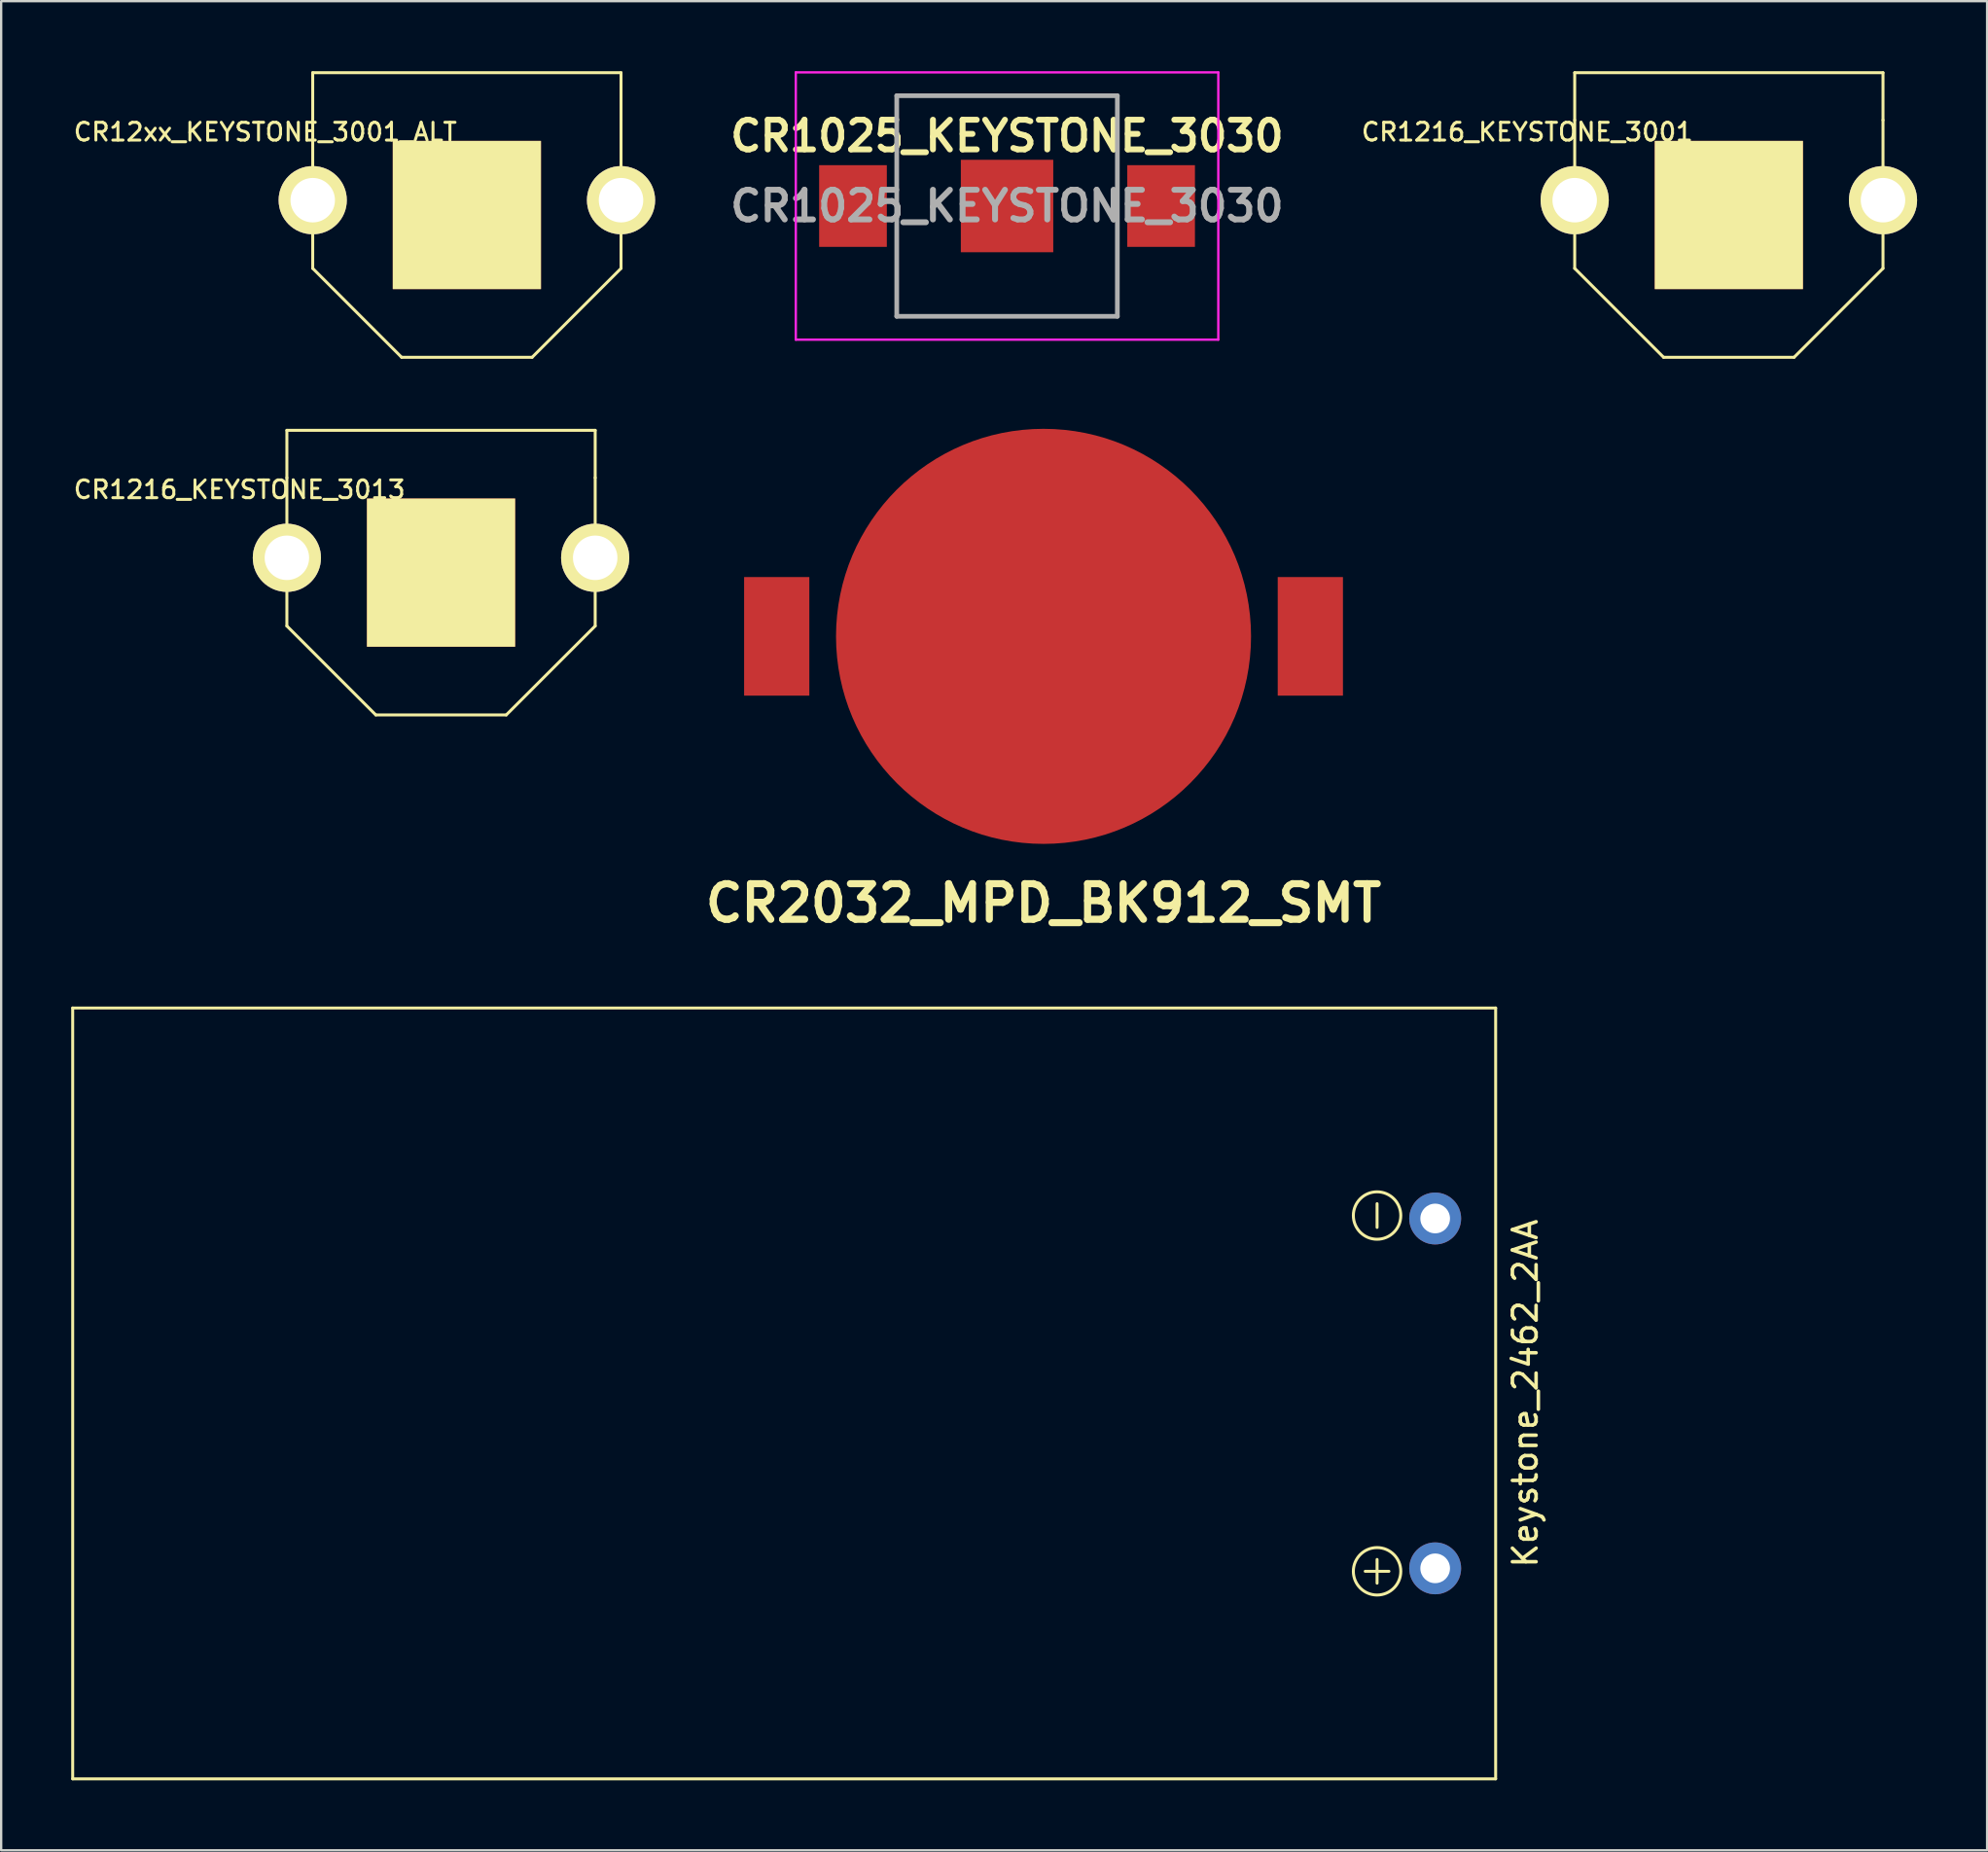
<source format=kicad_pcb>
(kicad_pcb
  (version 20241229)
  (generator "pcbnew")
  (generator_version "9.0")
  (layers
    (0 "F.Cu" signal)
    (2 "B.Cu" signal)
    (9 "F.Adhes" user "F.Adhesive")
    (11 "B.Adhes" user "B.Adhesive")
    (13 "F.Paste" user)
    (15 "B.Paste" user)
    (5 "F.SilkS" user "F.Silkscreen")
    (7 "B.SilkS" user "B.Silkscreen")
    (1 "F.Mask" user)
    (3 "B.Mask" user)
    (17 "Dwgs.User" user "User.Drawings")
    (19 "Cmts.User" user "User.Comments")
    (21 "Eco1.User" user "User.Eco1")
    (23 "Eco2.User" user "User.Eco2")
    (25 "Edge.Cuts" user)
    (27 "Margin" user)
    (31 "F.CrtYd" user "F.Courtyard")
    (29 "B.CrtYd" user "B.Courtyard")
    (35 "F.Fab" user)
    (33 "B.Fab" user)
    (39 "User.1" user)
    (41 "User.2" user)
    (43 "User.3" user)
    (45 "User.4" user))
  (footprint "CR1025_KEYSTONE_3030"
    (layer "F.Cu")
    (at 40.092 5.775)
    (property "Reference" "CR1025_KEYSTONE_3030" (at 0 -3 0) (layer "F.SilkS") (effects (font (size 1.27 1.27) (thickness 0.254))))
    (attr smd)
    (fp_line (start -4.725 -4.725) (end 4.725 -4.725) (stroke (width 0.1) (type solid)) (layer "F.SilkS"))
    (fp_line (start -4.725 4.725) (end -4.725 -4.725) (stroke (width 0.1) (type solid)) (layer "F.SilkS"))
    (fp_line (start 4.725 -4.725) (end 4.725 4.725) (stroke (width 0.1) (type solid)) (layer "F.SilkS"))
    (fp_line (start 4.725 4.725) (end -4.725 4.725) (stroke (width 0.1) (type solid)) (layer "F.SilkS"))
    (fp_line (start -9.05 -5.725) (end 9.05 -5.725) (stroke (width 0.1) (type solid)) (layer "F.CrtYd"))
    (fp_line (start -9.05 5.725) (end -9.05 -5.725) (stroke (width 0.1) (type solid)) (layer "F.CrtYd"))
    (fp_line (start 9.05 -5.725) (end 9.05 5.725) (stroke (width 0.1) (type solid)) (layer "F.CrtYd"))
    (fp_line (start 9.05 5.725) (end -9.05 5.725) (stroke (width 0.1) (type solid)) (layer "F.CrtYd"))
    (fp_line (start -4.725 -4.725) (end 4.725 -4.725) (stroke (width 0.2) (type solid)) (layer "F.Fab"))
    (fp_line (start -4.725 4.725) (end -4.725 -4.725) (stroke (width 0.2) (type solid)) (layer "F.Fab"))
    (fp_line (start 4.725 -4.725) (end 4.725 4.725) (stroke (width 0.2) (type solid)) (layer "F.Fab"))
    (fp_line (start 4.725 4.725) (end -4.725 4.725) (stroke (width 0.2) (type solid)) (layer "F.Fab"))
    (fp_text user "${REFERENCE}" (at 0 0 0) (layer "F.Fab") (effects (font (size 1.27 1.27) (thickness 0.254))))
    (pad "1" smd rect (at 0 0) (size 3.96 3.96) (layers "F.Cu" "F.Mask" "F.Paste"))
    (pad "2" smd rect (at -6.6 0) (size 2.9 3.5) (layers "F.Cu" "F.Mask" "F.Paste"))
    (pad "2" smd rect (at 6.6 0) (size 2.9 3.5) (layers "F.Cu" "F.Mask" "F.Paste")))
  (footprint "CR1216_KEYSTONE_3013"
    (layer "F.Cu")
    (at 15.844 21.479)
    (property "Reference" "CR1216_KEYSTONE_3013" (at -8.636 -3.556 0) (layer "F.SilkS") (effects (font (size 0.762 0.762) (thickness 0.127))))
    (attr through_hole)
    (fp_line (start -6.604 -6.096) (end 6.604 -6.096) (stroke (width 0.127) (type solid)) (layer "F.SilkS"))
    (fp_line (start -6.604 -4.064) (end -6.604 -6.096) (stroke (width 0.127) (type solid)) (layer "F.SilkS"))
    (fp_line (start -6.604 -4.064) (end -6.604 2.286) (stroke (width 0.127) (type solid)) (layer "F.SilkS"))
    (fp_line (start -2.794 6.096) (end -6.604 2.286) (stroke (width 0.127) (type solid)) (layer "F.SilkS"))
    (fp_line (start -2.794 6.096) (end 2.794 6.096) (stroke (width 0.127) (type solid)) (layer "F.SilkS"))
    (fp_line (start 6.604 -4.064) (end 6.604 -6.096) (stroke (width 0.127) (type solid)) (layer "F.SilkS"))
    (fp_line (start 6.604 2.286) (end 2.794 6.096) (stroke (width 0.127) (type solid)) (layer "F.SilkS"))
    (fp_line (start 6.604 2.286) (end 6.604 -4.064) (stroke (width 0.127) (type solid)) (layer "F.SilkS"))
    (pad "1" thru_hole circle (at -6.604 -0.635) (size 2.921 2.921) (drill 1.905) (layers "*.Cu" "*.Paste" "*.Mask" "F.SilkS"))
    (pad "2" smd rect (at 0 0) (size 6.35 6.35) (layers "F.Cu" "F.Mask" "F.SilkS"))
    (pad "3" thru_hole circle (at 6.604 -0.635) (size 2.921 2.921) (drill 1.905) (layers "*.Cu" "*.Paste" "*.Mask" "F.SilkS")))
  (footprint "CR1216_KEYSTONE_3001"
    (layer "F.Cu")
    (at 71.014 6.16)
    (property "Reference" "CR1216_KEYSTONE_3001" (at -8.636 -3.556 0) (layer "F.SilkS") (effects (font (size 0.762 0.762) (thickness 0.127))))
    (attr through_hole)
    (fp_line (start -6.604 -6.096) (end 6.604 -6.096) (stroke (width 0.127) (type solid)) (layer "F.SilkS"))
    (fp_line (start -6.604 -4.064) (end -6.604 -6.096) (stroke (width 0.127) (type solid)) (layer "F.SilkS"))
    (fp_line (start -6.604 -4.064) (end -6.604 2.286) (stroke (width 0.127) (type solid)) (layer "F.SilkS"))
    (fp_line (start -2.794 6.096) (end -6.604 2.286) (stroke (width 0.127) (type solid)) (layer "F.SilkS"))
    (fp_line (start -2.794 6.096) (end 2.794 6.096) (stroke (width 0.127) (type solid)) (layer "F.SilkS"))
    (fp_line (start 6.604 -4.064) (end 6.604 -6.096) (stroke (width 0.127) (type solid)) (layer "F.SilkS"))
    (fp_line (start 6.604 2.286) (end 2.794 6.096) (stroke (width 0.127) (type solid)) (layer "F.SilkS"))
    (fp_line (start 6.604 2.286) (end 6.604 -4.064) (stroke (width 0.127) (type solid)) (layer "F.SilkS"))
    (pad "1" thru_hole circle (at -6.604 -0.635) (size 2.921 2.921) (drill 1.905) (layers "*.Cu" "*.Paste" "*.Mask" "F.SilkS"))
    (pad "2" smd rect (at 0 0) (size 6.35 6.35) (layers "F.Cu" "F.Mask" "F.SilkS"))
    (pad "3" thru_hole circle (at 6.604 -0.635) (size 2.921 2.921) (drill 1.905) (layers "*.Cu" "*.Paste" "*.Mask" "F.SilkS")))
  (footprint "CR12xx_KEYSTONE_3001_ALT"
    (layer "F.Cu")
    (at 16.951 6.16)
    (property "Reference" "CR12xx_KEYSTONE_3001_ALT" (at -8.636 -3.556 0) (layer "F.SilkS") (effects (font (size 0.762 0.762) (thickness 0.127))))
    (attr through_hole)
    (fp_line (start -6.604 -6.096) (end 6.604 -6.096) (stroke (width 0.127) (type solid)) (layer "F.SilkS"))
    (fp_line (start -6.604 -4.064) (end -6.604 -6.096) (stroke (width 0.127) (type solid)) (layer "F.SilkS"))
    (fp_line (start -6.604 -4.064) (end -6.604 2.286) (stroke (width 0.127) (type solid)) (layer "F.SilkS"))
    (fp_line (start -2.794 6.096) (end -6.604 2.286) (stroke (width 0.127) (type solid)) (layer "F.SilkS"))
    (fp_line (start -2.794 6.096) (end 2.794 6.096) (stroke (width 0.127) (type solid)) (layer "F.SilkS"))
    (fp_line (start 6.604 -4.064) (end 6.604 -6.096) (stroke (width 0.127) (type solid)) (layer "F.SilkS"))
    (fp_line (start 6.604 2.286) (end 2.794 6.096) (stroke (width 0.127) (type solid)) (layer "F.SilkS"))
    (fp_line (start 6.604 2.286) (end 6.604 -4.064) (stroke (width 0.127) (type solid)) (layer "F.SilkS"))
    (pad "1" thru_hole circle (at -6.604 -0.635) (size 2.921 2.921) (drill 1.905) (layers "*.Cu" "*.Paste" "*.Mask" "F.SilkS"))
    (pad "2" smd rect (at 0 0) (size 6.35 6.35) (layers "F.Cu" "F.Mask" "F.SilkS"))
    (pad "3" thru_hole circle (at 6.604 -0.635) (size 2.921 2.921) (drill 1.905) (layers "*.Cu" "*.Paste" "*.Mask" "F.SilkS")))
  (footprint "Keystone_2462_2AA"
    (layer "F.Cu")
    (at 30.544 56.639)
    (property "Reference" "Keystone_2462_2AA" (at 31.75 0 90) (layer "F.SilkS") (effects (font (size 1.016 1.016) (thickness 0.152))))
    (attr through_hole)
    (fp_line (start -30.48 -16.51) (end -30.48 16.51) (stroke (width 0.127) (type solid)) (layer "F.SilkS"))
    (fp_line (start -30.48 16.51) (end 30.48 16.51) (stroke (width 0.127) (type solid)) (layer "F.SilkS"))
    (fp_line (start 24.892 7.62) (end 25.908 7.62) (stroke (width 0.127) (type solid)) (layer "F.SilkS"))
    (fp_line (start 25.4 -8.128) (end 25.4 -7.112) (stroke (width 0.127) (type solid)) (layer "F.SilkS"))
    (fp_line (start 25.4 7.112) (end 25.4 8.128) (stroke (width 0.127) (type solid)) (layer "F.SilkS"))
    (fp_line (start 30.48 -16.51) (end -30.48 -16.51) (stroke (width 0.127) (type solid)) (layer "F.SilkS"))
    (fp_line (start 30.48 16.51) (end 30.48 -16.51) (stroke (width 0.127) (type solid)) (layer "F.SilkS"))
    (fp_circle (center 25.4 -7.62) (end 26.416 -7.62) (stroke (width 0.127) (type solid)) (fill no) (layer "F.SilkS"))
    (fp_circle (center 25.4 7.62) (end 26.416 7.62) (stroke (width 0.127) (type solid)) (fill no) (layer "F.SilkS"))
    (pad "1" thru_hole circle (at 27.889 7.493) (size 2.223 2.223) (drill 1.27) (layers "*.Cu" "*.Mask"))
    (pad "2" thru_hole circle (at 27.889 -7.493) (size 2.223 2.223) (drill 1.27) (layers "*.Cu" "*.Mask")))
  (footprint "CR2032_MPD_BK912_SMT"
    (layer "F.Cu")
    (at 41.655 24.209)
    (property "Reference" "CR2032_MPD_BK912_SMT" (at 0 11.43 0) (layer "F.SilkS") (effects (font (size 1.524 1.524) (thickness 0.305))))
    (attr through_hole)
    (pad "1" smd rect (at -11.43 0) (size 2.794 5.08) (layers "F.Cu" "F.Mask" "F.Paste"))
    (pad "2" smd circle (at 0 0) (size 17.78 17.78) (layers "F.Cu" "F.Mask" "F.Paste"))
    (pad "3" smd rect (at 11.43 0) (size 2.794 5.08) (layers "F.Cu" "F.Mask" "F.Paste")))
  (gr_rect
    (start -3 -3)
    (end 82.078 76.212)
    (stroke (width 0.1) (type default))
    (fill no)
    (layer "Edge.Cuts")))
</source>
